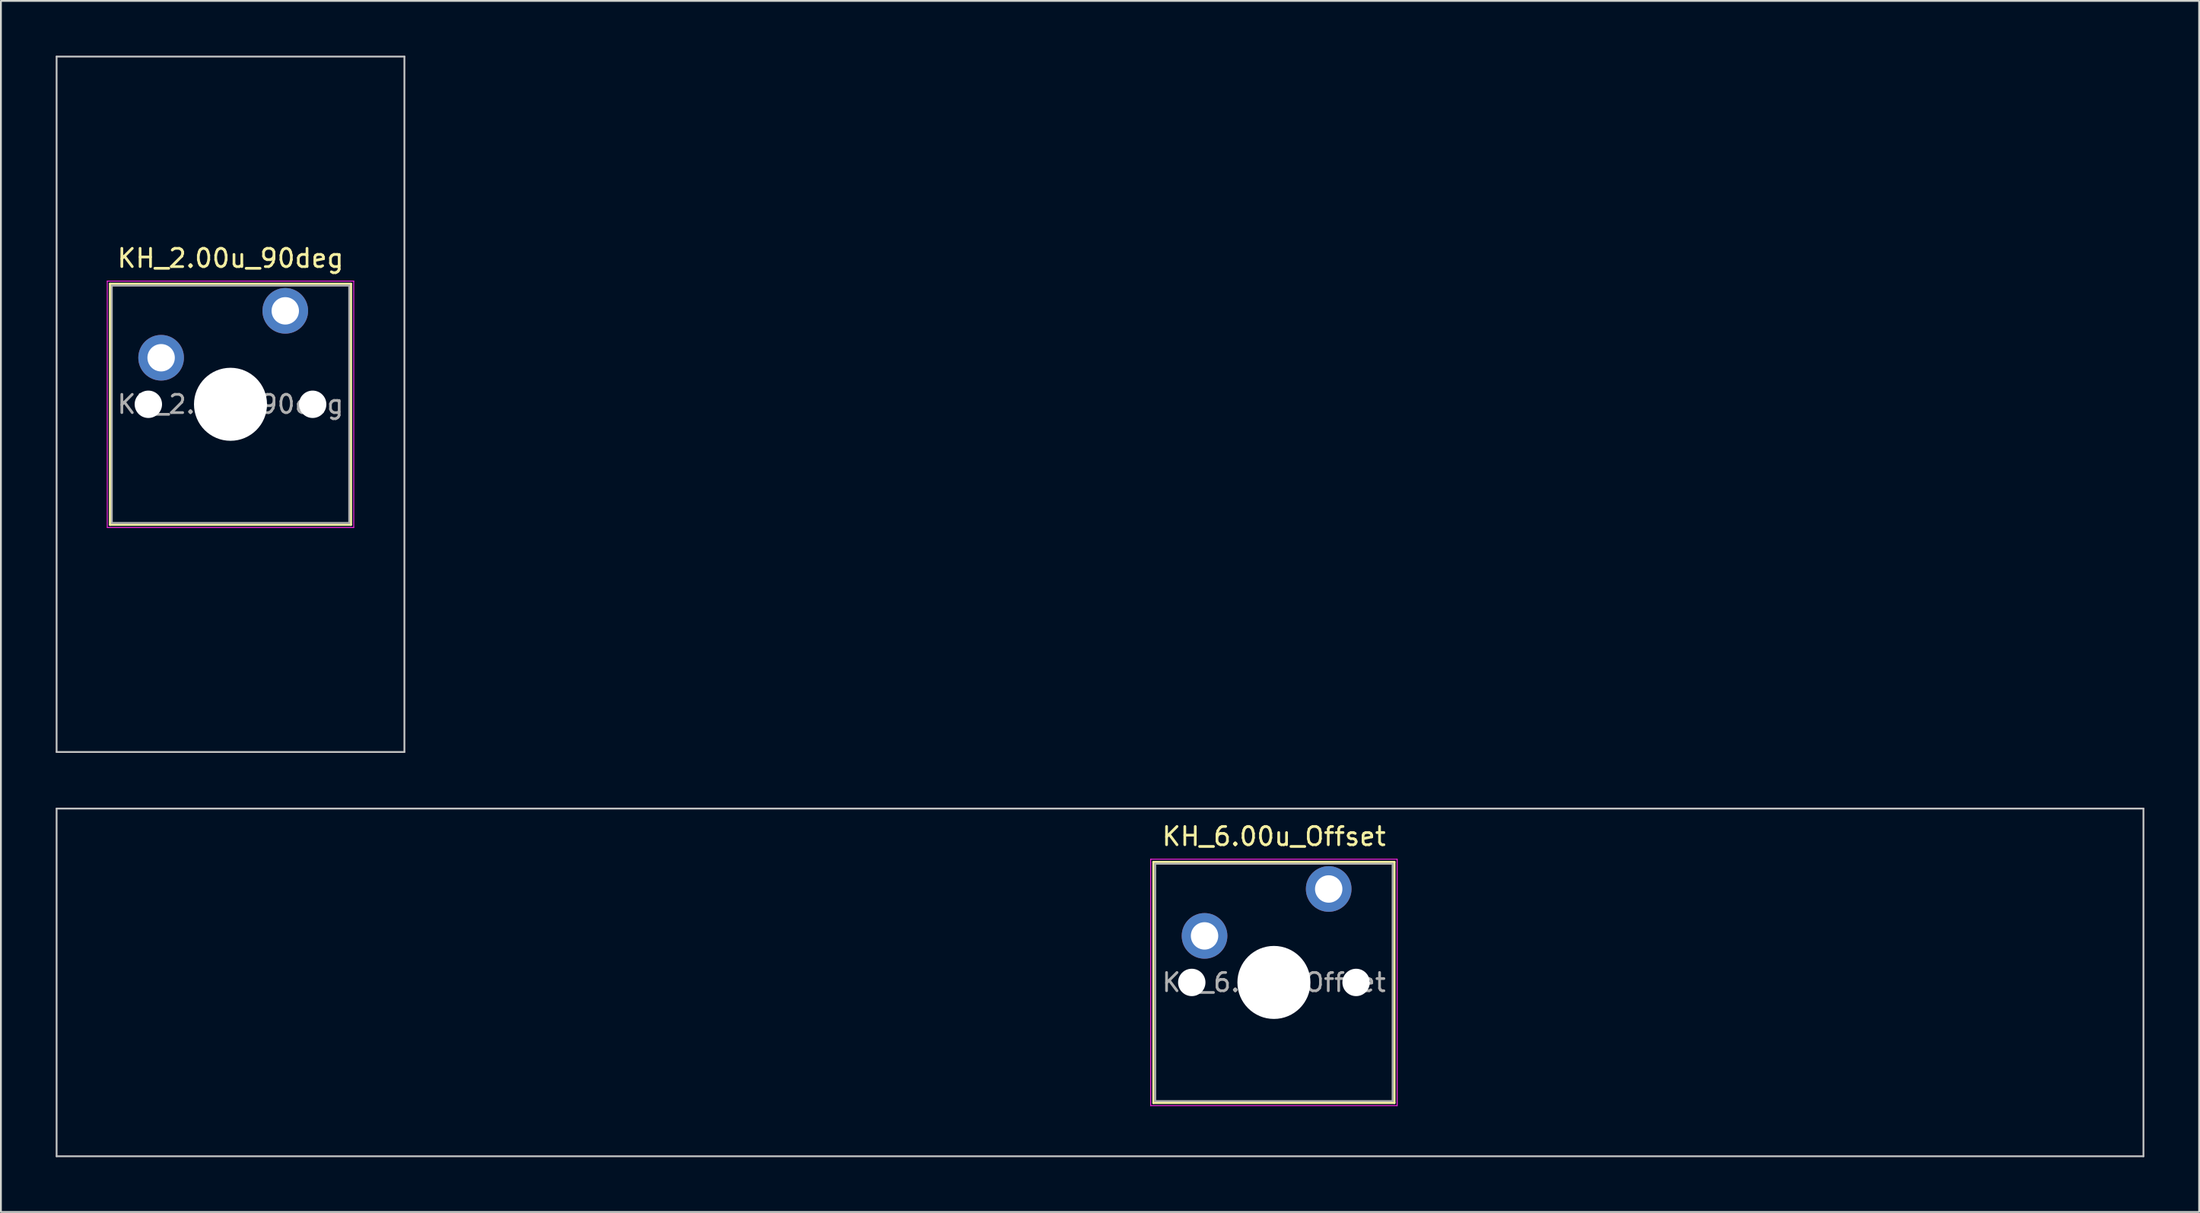
<source format=kicad_pcb>
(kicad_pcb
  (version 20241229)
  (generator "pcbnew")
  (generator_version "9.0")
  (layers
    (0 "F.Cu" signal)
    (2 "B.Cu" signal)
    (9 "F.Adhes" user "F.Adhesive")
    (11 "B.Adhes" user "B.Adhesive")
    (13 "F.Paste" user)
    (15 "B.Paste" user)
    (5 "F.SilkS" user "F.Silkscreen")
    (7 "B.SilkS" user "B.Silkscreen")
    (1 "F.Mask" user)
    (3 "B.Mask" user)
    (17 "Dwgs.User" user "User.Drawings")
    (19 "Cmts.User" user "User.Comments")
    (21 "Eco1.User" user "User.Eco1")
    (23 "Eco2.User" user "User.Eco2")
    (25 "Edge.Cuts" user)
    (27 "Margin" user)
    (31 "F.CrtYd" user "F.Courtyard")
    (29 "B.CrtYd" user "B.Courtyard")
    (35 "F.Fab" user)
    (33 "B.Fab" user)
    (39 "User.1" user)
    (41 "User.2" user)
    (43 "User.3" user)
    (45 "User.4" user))
  (footprint "KH_2.00u_90deg"
    (layer "F.Cu")
    (at 9.575 19.1)
    (property "Reference" "KH_2.00u_90deg" (at 0 -8 0) (layer "F.SilkS") (effects (font (size 1 1) (thickness 0.15))))
    (attr through_hole)
    (fp_line (start -6.6 -6.6) (end -6.6 6.6) (stroke (width 0.12) (type solid)) (layer "F.SilkS"))
    (fp_line (start -6.6 6.6) (end 6.6 6.6) (stroke (width 0.12) (type solid)) (layer "F.SilkS"))
    (fp_line (start 6.6 -6.6) (end -6.6 -6.6) (stroke (width 0.12) (type solid)) (layer "F.SilkS"))
    (fp_line (start 6.6 6.6) (end 6.6 -6.6) (stroke (width 0.12) (type solid)) (layer "F.SilkS"))
    (fp_line (start -9.525 -19.05) (end 9.525 -19.05) (stroke (width 0.1) (type solid)) (layer "Dwgs.User"))
    (fp_line (start -9.525 19.05) (end -9.525 -19.05) (stroke (width 0.1) (type solid)) (layer "Dwgs.User"))
    (fp_line (start 9.525 -19.05) (end 9.525 19.05) (stroke (width 0.1) (type solid)) (layer "Dwgs.User"))
    (fp_line (start 9.525 19.05) (end -9.525 19.05) (stroke (width 0.1) (type solid)) (layer "Dwgs.User"))
    (fp_line (start -6.1 -6.1) (end -6.1 6.1) (stroke (width 0.1) (type solid)) (layer "Eco1.User"))
    (fp_line (start -6.1 6.1) (end 6.1 6.1) (stroke (width 0.1) (type solid)) (layer "Eco1.User"))
    (fp_line (start 6.1 -6.1) (end -6.1 -6.1) (stroke (width 0.1) (type solid)) (layer "Eco1.User"))
    (fp_line (start 6.1 6.1) (end 6.1 -6.1) (stroke (width 0.1) (type solid)) (layer "Eco1.User"))
    (fp_line (start -6.75 -6.75) (end -6.75 6.75) (stroke (width 0.05) (type solid)) (layer "F.CrtYd"))
    (fp_line (start -6.75 6.75) (end 6.75 6.75) (stroke (width 0.05) (type solid)) (layer "F.CrtYd"))
    (fp_line (start 6.75 -6.75) (end -6.75 -6.75) (stroke (width 0.05) (type solid)) (layer "F.CrtYd"))
    (fp_line (start 6.75 6.75) (end 6.75 -6.75) (stroke (width 0.05) (type solid)) (layer "F.CrtYd"))
    (fp_line (start -6.5 -6.5) (end -6.5 6.5) (stroke (width 0.1) (type solid)) (layer "F.Fab"))
    (fp_line (start -6.5 6.5) (end 6.5 6.5) (stroke (width 0.1) (type solid)) (layer "F.Fab"))
    (fp_line (start 6.5 -6.5) (end -6.5 -6.5) (stroke (width 0.1) (type solid)) (layer "F.Fab"))
    (fp_line (start 6.5 6.5) (end 6.5 -6.5) (stroke (width 0.1) (type solid)) (layer "F.Fab"))
    (fp_text user "${REFERENCE}" (at 0 0 0) (layer "F.Fab") (effects (font (size 1 1) (thickness 0.15))))
    (pad "" np_thru_hole circle (at -4.5 0) (size 1.5 1.5) (drill 1.5) (layers "*.Cu" "*.Mask"))
    (pad "" np_thru_hole circle (at 0 0) (size 4 4) (drill 4) (layers "*.Cu" "*.Mask"))
    (pad "" np_thru_hole circle (at 4.5 0) (size 1.5 1.5) (drill 1.5) (layers "*.Cu" "*.Mask"))
    (pad "1" thru_hole circle (at -3.8 -2.55) (size 2.5 2.5) (drill 1.5) (layers "*.Cu" "*.Mask"))
    (pad "2" thru_hole circle (at 3 -5.12) (size 2.5 2.5) (drill 1.5) (layers "*.Cu" "*.Mask")))
  (footprint "KH_6.00u_Offset"
    (layer "F.Cu")
    (at 66.725 50.775)
    (property "Reference" "KH_6.00u_Offset" (at 0 -8 0) (layer "F.SilkS") (effects (font (size 1 1) (thickness 0.15))))
    (attr through_hole)
    (fp_line (start -6.6 -6.6) (end -6.6 6.6) (stroke (width 0.12) (type solid)) (layer "F.SilkS"))
    (fp_line (start -6.6 6.6) (end 6.6 6.6) (stroke (width 0.12) (type solid)) (layer "F.SilkS"))
    (fp_line (start 6.6 -6.6) (end -6.6 -6.6) (stroke (width 0.12) (type solid)) (layer "F.SilkS"))
    (fp_line (start 6.6 6.6) (end 6.6 -6.6) (stroke (width 0.12) (type solid)) (layer "F.SilkS"))
    (fp_line (start -66.675 -9.525) (end -66.675 9.525) (stroke (width 0.1) (type solid)) (layer "Dwgs.User"))
    (fp_line (start -66.675 9.525) (end 47.625 9.525) (stroke (width 0.1) (type solid)) (layer "Dwgs.User"))
    (fp_line (start 47.625 -9.525) (end -66.675 -9.525) (stroke (width 0.1) (type solid)) (layer "Dwgs.User"))
    (fp_line (start 47.625 9.525) (end 47.625 -9.525) (stroke (width 0.1) (type solid)) (layer "Dwgs.User"))
    (fp_line (start -6.1 -6.1) (end -6.1 6.1) (stroke (width 0.1) (type solid)) (layer "Eco1.User"))
    (fp_line (start -6.1 6.1) (end 6.1 6.1) (stroke (width 0.1) (type solid)) (layer "Eco1.User"))
    (fp_line (start 6.1 -6.1) (end -6.1 -6.1) (stroke (width 0.1) (type solid)) (layer "Eco1.User"))
    (fp_line (start 6.1 6.1) (end 6.1 -6.1) (stroke (width 0.1) (type solid)) (layer "Eco1.User"))
    (fp_line (start -6.75 -6.75) (end -6.75 6.75) (stroke (width 0.05) (type solid)) (layer "F.CrtYd"))
    (fp_line (start -6.75 6.75) (end 6.75 6.75) (stroke (width 0.05) (type solid)) (layer "F.CrtYd"))
    (fp_line (start 6.75 -6.75) (end -6.75 -6.75) (stroke (width 0.05) (type solid)) (layer "F.CrtYd"))
    (fp_line (start 6.75 6.75) (end 6.75 -6.75) (stroke (width 0.05) (type solid)) (layer "F.CrtYd"))
    (fp_line (start -6.5 -6.5) (end -6.5 6.5) (stroke (width 0.1) (type solid)) (layer "F.Fab"))
    (fp_line (start -6.5 6.5) (end 6.5 6.5) (stroke (width 0.1) (type solid)) (layer "F.Fab"))
    (fp_line (start 6.5 -6.5) (end -6.5 -6.5) (stroke (width 0.1) (type solid)) (layer "F.Fab"))
    (fp_line (start 6.5 6.5) (end 6.5 -6.5) (stroke (width 0.1) (type solid)) (layer "F.Fab"))
    (fp_text user "${REFERENCE}" (at 0 0 0) (layer "F.Fab") (effects (font (size 1 1) (thickness 0.15))))
    (pad "" np_thru_hole circle (at -4.5 0) (size 1.5 1.5) (drill 1.5) (layers "*.Cu" "*.Mask"))
    (pad "" np_thru_hole circle (at 0 0) (size 4 4) (drill 4) (layers "*.Cu" "*.Mask"))
    (pad "" np_thru_hole circle (at 4.5 0) (size 1.5 1.5) (drill 1.5) (layers "*.Cu" "*.Mask"))
    (pad "1" thru_hole circle (at -3.8 -2.55) (size 2.5 2.5) (drill 1.5) (layers "*.Cu" "*.Mask"))
    (pad "2" thru_hole circle (at 3 -5.12) (size 2.5 2.5) (drill 1.5) (layers "*.Cu" "*.Mask")))
  (gr_rect
    (start -3 -3)
    (end 117.4 63.35)
    (stroke (width 0.1) (type default))
    (fill no)
    (layer "Edge.Cuts")))
</source>
